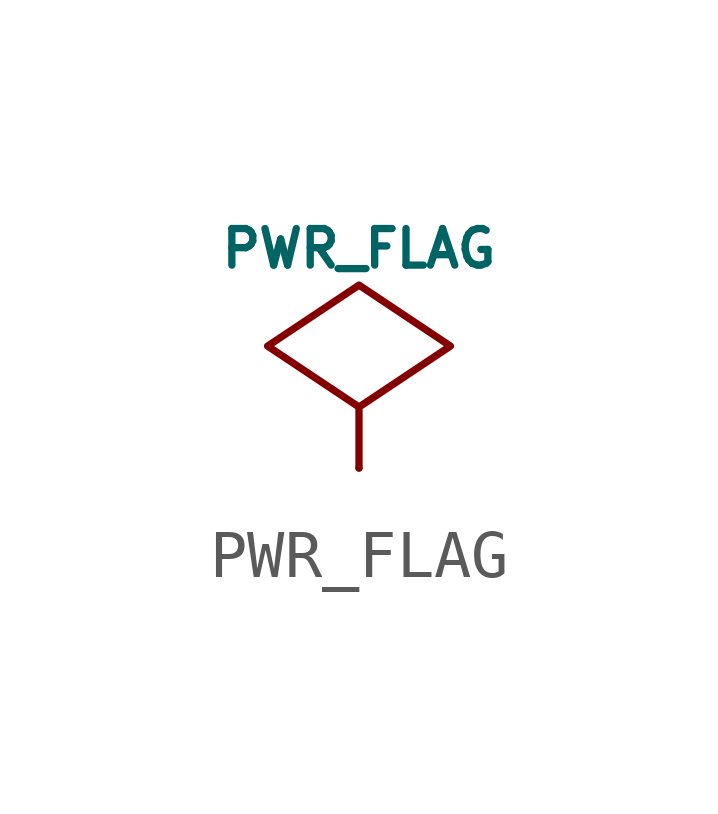
<source format=kicad_sym>
(kicad_symbol_lib
  (version 20231120)
  (generator "kicad_symbol_editor")
  (generator_version "8.0")
  (symbol "PWR_FLAG"
    (power)
    (pin_numbers hide)
    (pin_names
      (offset 0) hide)
    (property "Reference" "#FLG"
      (at 0 2.413 0)
      (effects (font (size 0.762 0.762)) (hide yes)))
    (property "Value" "PWR_FLAG"
      (at 0 4.572 0)
      (effects (font (size 0.762 0.762))))
    (property "Footprint" ""
      (at 0 0 0)
      (effects (font (size 2.007 2.007))))
    (symbol "PWR_FLAG_0_1"
      (polyline (pts (xy 0 0) (xy 0 1.27) (xy -1.905 2.54) (xy 0 3.81) (xy 1.905 2.54) (xy 0 1.27)) (stroke (width 0) (type solid)) (fill (type none))))
    (symbol "PWR_FLAG_1_1"
      (pin power_out line (at 0 0 90) (length 0) (name "pwr" (effects (font (size 0.508 0.508)))) (number "1" (effects (font (size 0.508 0.508))))))))
</source>
